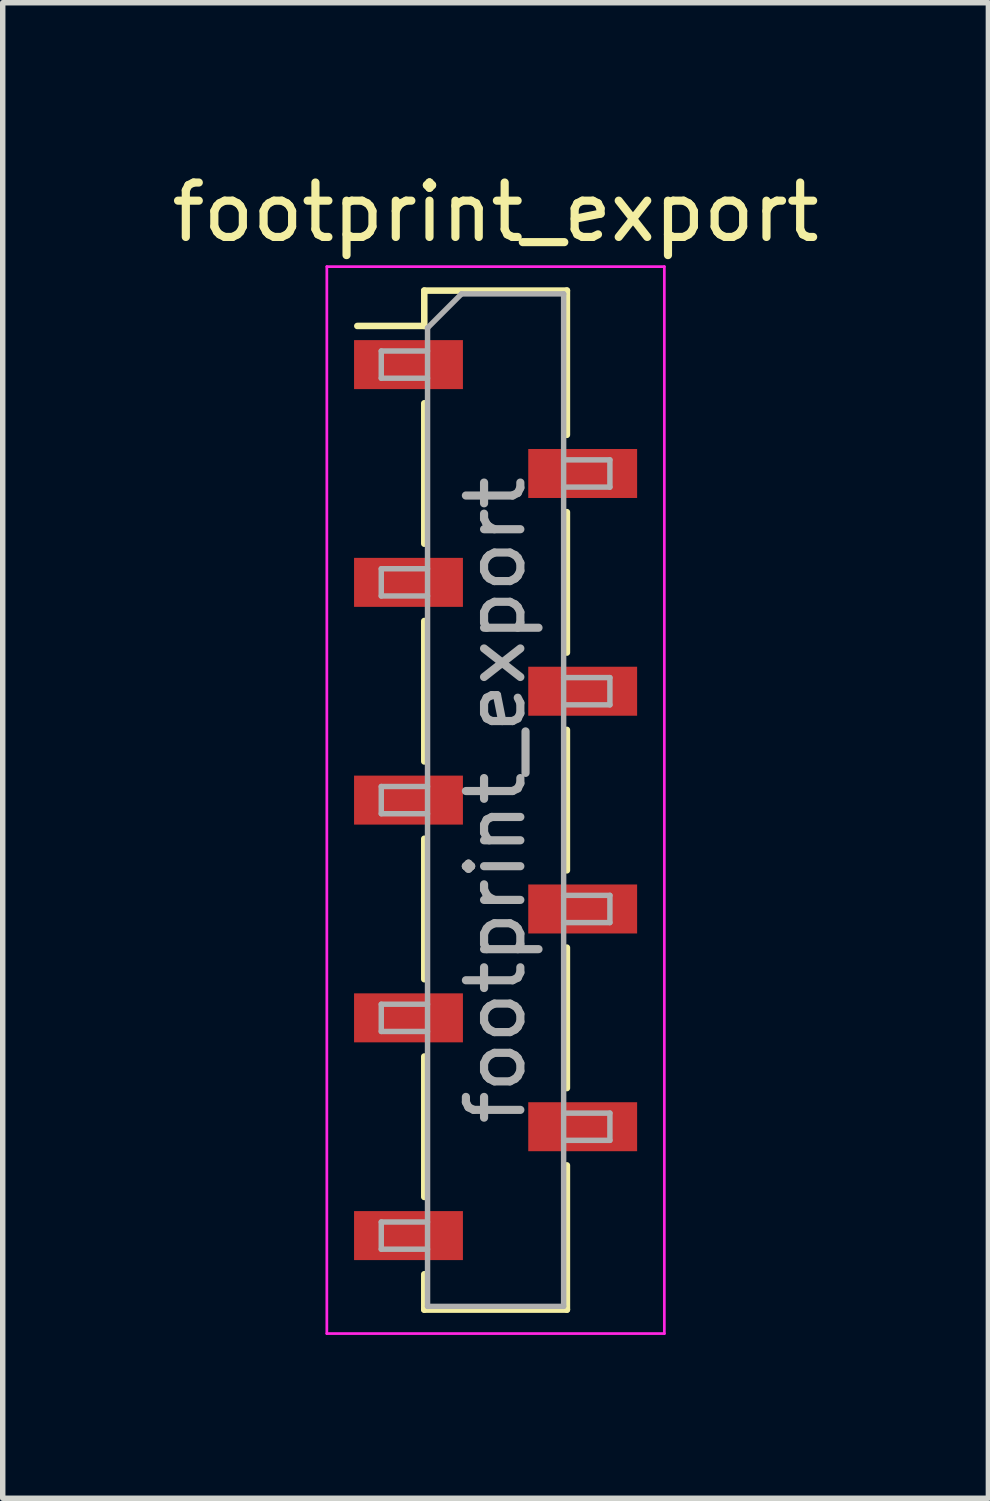
<source format=kicad_pcb>
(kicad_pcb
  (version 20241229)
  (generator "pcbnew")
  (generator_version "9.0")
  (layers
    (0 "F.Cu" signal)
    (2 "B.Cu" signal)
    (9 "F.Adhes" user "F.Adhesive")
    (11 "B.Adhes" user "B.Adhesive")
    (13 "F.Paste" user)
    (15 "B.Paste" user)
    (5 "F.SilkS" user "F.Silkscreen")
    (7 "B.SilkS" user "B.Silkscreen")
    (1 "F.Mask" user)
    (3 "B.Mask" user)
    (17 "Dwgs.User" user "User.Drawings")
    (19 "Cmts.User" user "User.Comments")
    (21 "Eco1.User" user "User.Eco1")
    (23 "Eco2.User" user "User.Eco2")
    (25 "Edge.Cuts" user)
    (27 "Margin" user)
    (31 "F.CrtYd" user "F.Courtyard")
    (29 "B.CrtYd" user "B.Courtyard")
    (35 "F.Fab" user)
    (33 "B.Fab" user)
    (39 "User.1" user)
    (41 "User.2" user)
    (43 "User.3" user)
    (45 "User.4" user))
  (footprint "footprint_export"
    (layer "F.Cu")
    (at 6.054 11.648)
    (property "Reference" "footprint_export" (at 0 -10.8 0) (layer "F.SilkS") (effects (font (size 1 1) (thickness 0.15))))
    (attr smd)
    (fp_line (start -2.54 -8.71) (end -1.31 -8.71) (stroke (width 0.12) (type solid)) (layer "F.SilkS"))
    (fp_line (start -1.31 -9.36) (end -1.31 -8.71) (stroke (width 0.12) (type solid)) (layer "F.SilkS"))
    (fp_line (start -1.31 -9.36) (end 1.31 -9.36) (stroke (width 0.12) (type solid)) (layer "F.SilkS"))
    (fp_line (start -1.31 -7.29) (end -1.31 -4.71) (stroke (width 0.12) (type solid)) (layer "F.SilkS"))
    (fp_line (start -1.31 -3.29) (end -1.31 -0.71) (stroke (width 0.12) (type solid)) (layer "F.SilkS"))
    (fp_line (start -1.31 0.71) (end -1.31 3.29) (stroke (width 0.12) (type solid)) (layer "F.SilkS"))
    (fp_line (start -1.31 4.71) (end -1.31 7.29) (stroke (width 0.12) (type solid)) (layer "F.SilkS"))
    (fp_line (start -1.31 8.71) (end -1.31 9.36) (stroke (width 0.12) (type solid)) (layer "F.SilkS"))
    (fp_line (start -1.31 9.36) (end 1.31 9.36) (stroke (width 0.12) (type solid)) (layer "F.SilkS"))
    (fp_line (start 1.31 -9.36) (end 1.31 -6.71) (stroke (width 0.12) (type solid)) (layer "F.SilkS"))
    (fp_line (start 1.31 -5.29) (end 1.31 -2.71) (stroke (width 0.12) (type solid)) (layer "F.SilkS"))
    (fp_line (start 1.31 -1.29) (end 1.31 1.29) (stroke (width 0.12) (type solid)) (layer "F.SilkS"))
    (fp_line (start 1.31 2.71) (end 1.31 5.29) (stroke (width 0.12) (type solid)) (layer "F.SilkS"))
    (fp_line (start 1.31 6.71) (end 1.31 9.36) (stroke (width 0.12) (type solid)) (layer "F.SilkS"))
    (fp_line (start -3.1 -9.8) (end 3.1 -9.8) (stroke (width 0.05) (type solid)) (layer "F.CrtYd"))
    (fp_line (start -3.1 9.8) (end -3.1 -9.8) (stroke (width 0.05) (type solid)) (layer "F.CrtYd"))
    (fp_line (start 3.1 -9.8) (end 3.1 9.8) (stroke (width 0.05) (type solid)) (layer "F.CrtYd"))
    (fp_line (start 3.1 9.8) (end -3.1 9.8) (stroke (width 0.05) (type solid)) (layer "F.CrtYd"))
    (fp_line (start -2.1 -8.25) (end -1.25 -8.25) (stroke (width 0.1) (type solid)) (layer "F.Fab"))
    (fp_line (start -2.1 -7.75) (end -2.1 -8.25) (stroke (width 0.1) (type solid)) (layer "F.Fab"))
    (fp_line (start -2.1 -4.25) (end -1.25 -4.25) (stroke (width 0.1) (type solid)) (layer "F.Fab"))
    (fp_line (start -2.1 -3.75) (end -2.1 -4.25) (stroke (width 0.1) (type solid)) (layer "F.Fab"))
    (fp_line (start -2.1 -0.25) (end -1.25 -0.25) (stroke (width 0.1) (type solid)) (layer "F.Fab"))
    (fp_line (start -2.1 0.25) (end -2.1 -0.25) (stroke (width 0.1) (type solid)) (layer "F.Fab"))
    (fp_line (start -2.1 3.75) (end -1.25 3.75) (stroke (width 0.1) (type solid)) (layer "F.Fab"))
    (fp_line (start -2.1 4.25) (end -2.1 3.75) (stroke (width 0.1) (type solid)) (layer "F.Fab"))
    (fp_line (start -2.1 7.75) (end -1.25 7.75) (stroke (width 0.1) (type solid)) (layer "F.Fab"))
    (fp_line (start -2.1 8.25) (end -2.1 7.75) (stroke (width 0.1) (type solid)) (layer "F.Fab"))
    (fp_line (start -1.25 -8.675) (end -0.625 -9.3) (stroke (width 0.1) (type solid)) (layer "F.Fab"))
    (fp_line (start -1.25 -7.75) (end -2.1 -7.75) (stroke (width 0.1) (type solid)) (layer "F.Fab"))
    (fp_line (start -1.25 -3.75) (end -2.1 -3.75) (stroke (width 0.1) (type solid)) (layer "F.Fab"))
    (fp_line (start -1.25 0.25) (end -2.1 0.25) (stroke (width 0.1) (type solid)) (layer "F.Fab"))
    (fp_line (start -1.25 4.25) (end -2.1 4.25) (stroke (width 0.1) (type solid)) (layer "F.Fab"))
    (fp_line (start -1.25 8.25) (end -2.1 8.25) (stroke (width 0.1) (type solid)) (layer "F.Fab"))
    (fp_line (start -1.25 9.3) (end -1.25 -8.675) (stroke (width 0.1) (type solid)) (layer "F.Fab"))
    (fp_line (start -0.625 -9.3) (end 1.25 -9.3) (stroke (width 0.1) (type solid)) (layer "F.Fab"))
    (fp_line (start 1.25 -9.3) (end 1.25 9.3) (stroke (width 0.1) (type solid)) (layer "F.Fab"))
    (fp_line (start 1.25 -6.25) (end 2.1 -6.25) (stroke (width 0.1) (type solid)) (layer "F.Fab"))
    (fp_line (start 1.25 -2.25) (end 2.1 -2.25) (stroke (width 0.1) (type solid)) (layer "F.Fab"))
    (fp_line (start 1.25 1.75) (end 2.1 1.75) (stroke (width 0.1) (type solid)) (layer "F.Fab"))
    (fp_line (start 1.25 5.75) (end 2.1 5.75) (stroke (width 0.1) (type solid)) (layer "F.Fab"))
    (fp_line (start 1.25 9.3) (end -1.25 9.3) (stroke (width 0.1) (type solid)) (layer "F.Fab"))
    (fp_line (start 2.1 -6.25) (end 2.1 -5.75) (stroke (width 0.1) (type solid)) (layer "F.Fab"))
    (fp_line (start 2.1 -5.75) (end 1.25 -5.75) (stroke (width 0.1) (type solid)) (layer "F.Fab"))
    (fp_line (start 2.1 -2.25) (end 2.1 -1.75) (stroke (width 0.1) (type solid)) (layer "F.Fab"))
    (fp_line (start 2.1 -1.75) (end 1.25 -1.75) (stroke (width 0.1) (type solid)) (layer "F.Fab"))
    (fp_line (start 2.1 1.75) (end 2.1 2.25) (stroke (width 0.1) (type solid)) (layer "F.Fab"))
    (fp_line (start 2.1 2.25) (end 1.25 2.25) (stroke (width 0.1) (type solid)) (layer "F.Fab"))
    (fp_line (start 2.1 5.75) (end 2.1 6.25) (stroke (width 0.1) (type solid)) (layer "F.Fab"))
    (fp_line (start 2.1 6.25) (end 1.25 6.25) (stroke (width 0.1) (type solid)) (layer "F.Fab"))
    (fp_text user "${REFERENCE}" (at 0 0 90) (layer "F.Fab") (effects (font (size 1 1) (thickness 0.15))))
    (pad "1" smd rect (at -1.6 -8) (size 2 0.9) (layers "F.Cu" "F.Mask" "F.Paste"))
    (pad "2" smd rect (at 1.6 -6) (size 2 0.9) (layers "F.Cu" "F.Mask" "F.Paste"))
    (pad "3" smd rect (at -1.6 -4) (size 2 0.9) (layers "F.Cu" "F.Mask" "F.Paste"))
    (pad "4" smd rect (at 1.6 -2) (size 2 0.9) (layers "F.Cu" "F.Mask" "F.Paste"))
    (pad "5" smd rect (at -1.6 0) (size 2 0.9) (layers "F.Cu" "F.Mask" "F.Paste"))
    (pad "6" smd rect (at 1.6 2) (size 2 0.9) (layers "F.Cu" "F.Mask" "F.Paste"))
    (pad "7" smd rect (at -1.6 4) (size 2 0.9) (layers "F.Cu" "F.Mask" "F.Paste"))
    (pad "8" smd rect (at 1.6 6) (size 2 0.9) (layers "F.Cu" "F.Mask" "F.Paste"))
    (pad "9" smd rect (at -1.6 8) (size 2 0.9) (layers "F.Cu" "F.Mask" "F.Paste")))
  (gr_rect
    (start -3 -3)
    (end 15.107 24.473)
    (stroke (width 0.1) (type default))
    (fill no)
    (layer "Edge.Cuts")))
</source>
